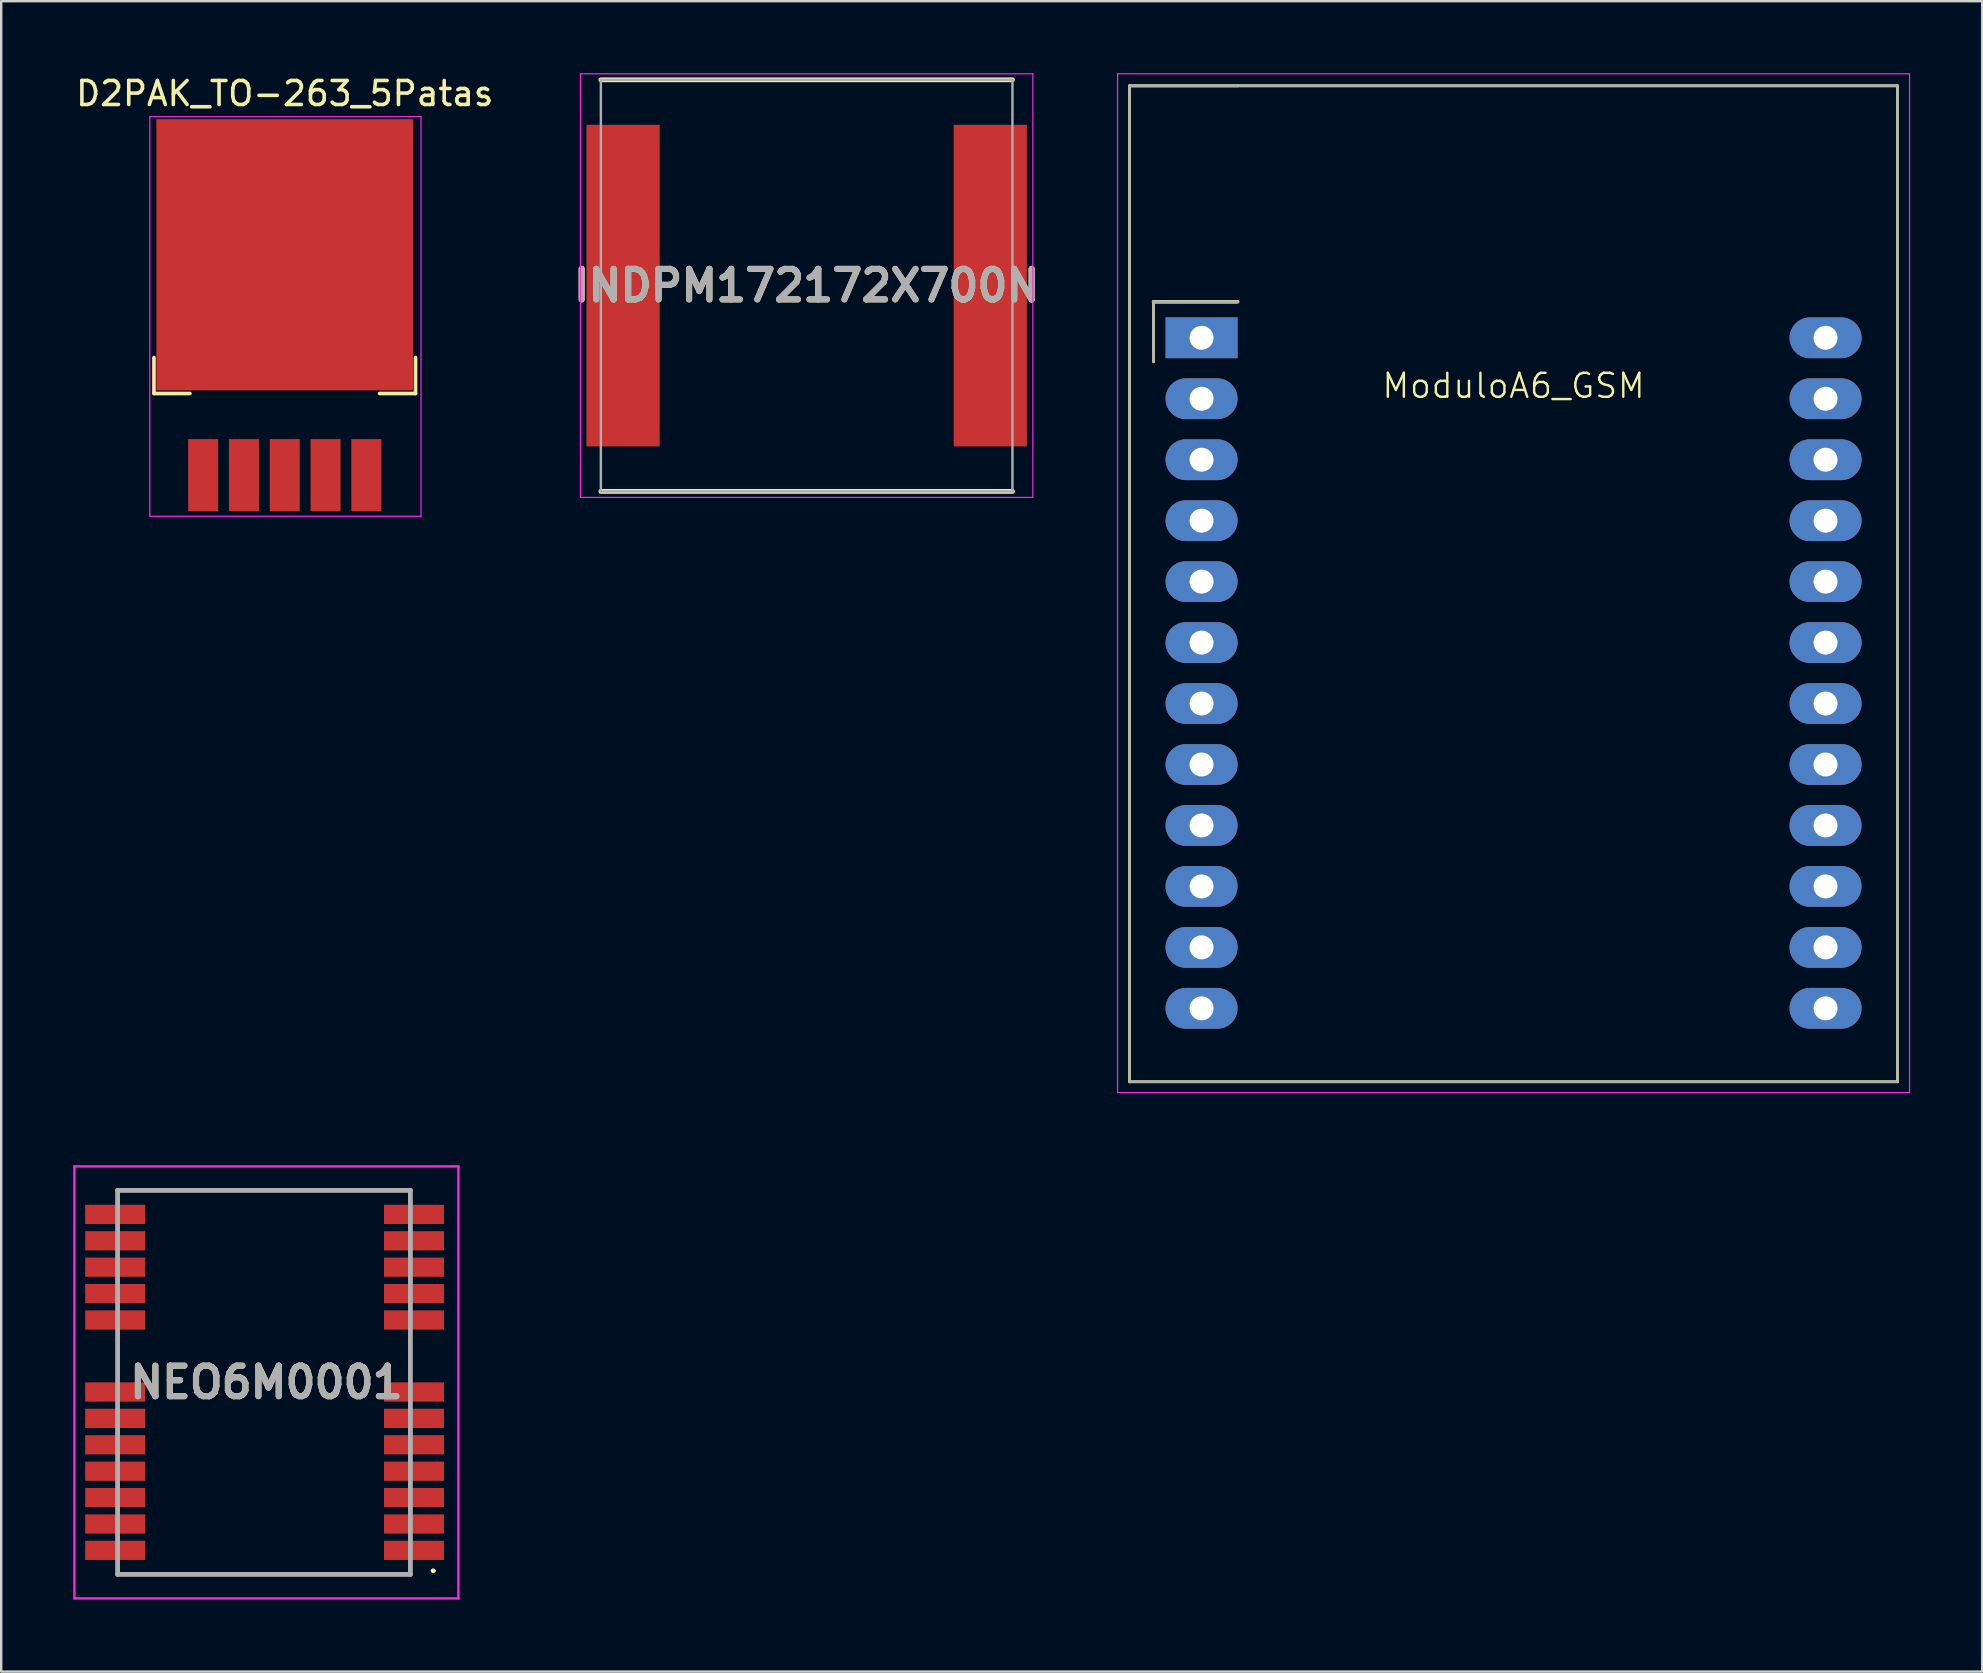
<source format=kicad_pcb>
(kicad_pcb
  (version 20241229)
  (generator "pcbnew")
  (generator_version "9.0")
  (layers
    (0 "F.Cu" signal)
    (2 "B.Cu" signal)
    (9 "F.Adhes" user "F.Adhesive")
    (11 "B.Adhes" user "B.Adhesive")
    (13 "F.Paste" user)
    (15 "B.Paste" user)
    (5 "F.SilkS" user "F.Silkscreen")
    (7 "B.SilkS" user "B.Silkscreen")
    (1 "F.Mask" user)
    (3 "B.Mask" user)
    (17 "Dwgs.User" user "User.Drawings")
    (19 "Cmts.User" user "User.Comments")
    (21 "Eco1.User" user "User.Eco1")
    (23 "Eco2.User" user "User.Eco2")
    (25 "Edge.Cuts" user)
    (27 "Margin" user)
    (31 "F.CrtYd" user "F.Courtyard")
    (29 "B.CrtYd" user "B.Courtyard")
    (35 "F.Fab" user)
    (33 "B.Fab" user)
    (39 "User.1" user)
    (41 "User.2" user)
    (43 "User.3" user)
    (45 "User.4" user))
  (footprint "NEO6M0001"
    (layer "F.Cu")
    (at 8.45 54.55)
    (property "Reference" "NEO6M0001" (at -0.4 0 0) (layer "F.SilkS") (effects (font (size 1.27 1.27) (thickness 0.254))))
    (attr smd)
    (fp_line (start -6.5 -8) (end 5 -8) (stroke (width 0.1) (type solid)) (layer "F.SilkS"))
    (fp_line (start -6.5 8) (end 5.6 8) (stroke (width 0.1) (type solid)) (layer "F.SilkS"))
    (fp_line (start 6.5 7.85) (end 6.5 7.85) (stroke (width 0.1) (type solid)) (layer "F.SilkS"))
    (fp_line (start 6.6 7.85) (end 6.6 7.85) (stroke (width 0.1) (type solid)) (layer "F.SilkS"))
    (fp_arc (start 6.5 7.85) (mid 6.55 7.8) (end 6.6 7.85) (stroke (width 0.1) (type solid)) (layer "F.SilkS"))
    (fp_arc (start 6.6 7.85) (mid 6.55 7.9) (end 6.5 7.85) (stroke (width 0.1) (type solid)) (layer "F.SilkS"))
    (fp_line (start -8.4 -9) (end 7.6 -9) (stroke (width 0.1) (type solid)) (layer "F.CrtYd"))
    (fp_line (start -8.4 9) (end -8.4 -9) (stroke (width 0.1) (type solid)) (layer "F.CrtYd"))
    (fp_line (start 7.6 -9) (end 7.6 9) (stroke (width 0.1) (type solid)) (layer "F.CrtYd"))
    (fp_line (start 7.6 9) (end -8.4 9) (stroke (width 0.1) (type solid)) (layer "F.CrtYd"))
    (fp_line (start -6.6 -8) (end 5.6 -8) (stroke (width 0.2) (type solid)) (layer "F.Fab"))
    (fp_line (start -6.6 8) (end -6.6 -8) (stroke (width 0.2) (type solid)) (layer "F.Fab"))
    (fp_line (start 5.6 -8) (end 5.6 8) (stroke (width 0.2) (type solid)) (layer "F.Fab"))
    (fp_line (start 5.6 8) (end -6.6 8) (stroke (width 0.2) (type solid)) (layer "F.Fab"))
    (fp_text user "${REFERENCE}" (at -0.4 0 0) (layer "F.Fab") (effects (font (size 1.27 1.27) (thickness 0.254))))
    (pad "1" smd rect (at 5.75 7 90) (size 0.8 2.5) (layers "F.Cu" "F.Mask" "F.Paste"))
    (pad "2" smd rect (at 5.75 5.9 90) (size 0.8 2.5) (layers "F.Cu" "F.Mask" "F.Paste"))
    (pad "3" smd rect (at 5.75 4.8 90) (size 0.8 2.5) (layers "F.Cu" "F.Mask" "F.Paste"))
    (pad "4" smd rect (at 5.75 3.7 90) (size 0.8 2.5) (layers "F.Cu" "F.Mask" "F.Paste"))
    (pad "5" smd rect (at 5.75 2.6 90) (size 0.8 2.5) (layers "F.Cu" "F.Mask" "F.Paste"))
    (pad "6" smd rect (at 5.75 1.5 90) (size 0.8 2.5) (layers "F.Cu" "F.Mask" "F.Paste"))
    (pad "7" smd rect (at 5.75 0.4 90) (size 0.8 2.5) (layers "F.Cu" "F.Mask" "F.Paste"))
    (pad "8" smd rect (at 5.75 -2.6 90) (size 0.8 2.5) (layers "F.Cu" "F.Mask" "F.Paste"))
    (pad "9" smd rect (at 5.75 -3.7 90) (size 0.8 2.5) (layers "F.Cu" "F.Mask" "F.Paste"))
    (pad "10" smd rect (at 5.75 -4.8 90) (size 0.8 2.5) (layers "F.Cu" "F.Mask" "F.Paste"))
    (pad "11" smd rect (at 5.75 -5.9 90) (size 0.8 2.5) (layers "F.Cu" "F.Mask" "F.Paste"))
    (pad "12" smd rect (at 5.75 -7 90) (size 0.8 2.5) (layers "F.Cu" "F.Mask" "F.Paste"))
    (pad "13" smd rect (at -6.7 -7 90) (size 0.8 2.5) (layers "F.Cu" "F.Mask" "F.Paste"))
    (pad "14" smd rect (at -6.7 -5.9 90) (size 0.8 2.5) (layers "F.Cu" "F.Mask" "F.Paste"))
    (pad "15" smd rect (at -6.7 -4.8 90) (size 0.8 2.5) (layers "F.Cu" "F.Mask" "F.Paste"))
    (pad "16" smd rect (at -6.7 -3.7 90) (size 0.8 2.5) (layers "F.Cu" "F.Mask" "F.Paste"))
    (pad "17" smd rect (at -6.7 -2.6 90) (size 0.8 2.5) (layers "F.Cu" "F.Mask" "F.Paste"))
    (pad "18" smd rect (at -6.7 0.4 90) (size 0.8 2.5) (layers "F.Cu" "F.Mask" "F.Paste"))
    (pad "19" smd rect (at -6.7 1.5 90) (size 0.8 2.5) (layers "F.Cu" "F.Mask" "F.Paste"))
    (pad "20" smd rect (at -6.7 2.6 90) (size 0.8 2.5) (layers "F.Cu" "F.Mask" "F.Paste"))
    (pad "21" smd rect (at -6.7 3.7 90) (size 0.8 2.5) (layers "F.Cu" "F.Mask" "F.Paste"))
    (pad "22" smd rect (at -6.7 4.8 90) (size 0.8 2.5) (layers "F.Cu" "F.Mask" "F.Paste"))
    (pad "23" smd rect (at -6.7 5.9 90) (size 0.8 2.5) (layers "F.Cu" "F.Mask" "F.Paste"))
    (pad "24" smd rect (at -6.7 7 90) (size 0.8 2.5) (layers "F.Cu" "F.Mask" "F.Paste")))
  (footprint "INDPM172172X700N"
    (layer "F.Cu")
    (at 30.561 8.85)
    (property "Reference" "INDPM172172X700N" (at 0 0 0) (layer "F.SilkS") (effects (font (size 1.27 1.27) (thickness 0.254))))
    (attr smd)
    (fp_line (start -8.575 8.575) (end 8.575 8.575) (stroke (width 0.2) (type solid)) (layer "F.SilkS"))
    (fp_line (start 8.575 -8.575) (end -8.575 -8.575) (stroke (width 0.2) (type solid)) (layer "F.SilkS"))
    (fp_line (start -9.425 -8.825) (end 9.425 -8.825) (stroke (width 0.05) (type solid)) (layer "F.CrtYd"))
    (fp_line (start -9.425 8.825) (end -9.425 -8.825) (stroke (width 0.05) (type solid)) (layer "F.CrtYd"))
    (fp_line (start 9.425 -8.825) (end 9.425 8.825) (stroke (width 0.05) (type solid)) (layer "F.CrtYd"))
    (fp_line (start 9.425 8.825) (end -9.425 8.825) (stroke (width 0.05) (type solid)) (layer "F.CrtYd"))
    (fp_line (start -8.575 -8.575) (end 8.575 -8.575) (stroke (width 0.1) (type solid)) (layer "F.Fab"))
    (fp_line (start -8.575 8.575) (end -8.575 -8.575) (stroke (width 0.1) (type solid)) (layer "F.Fab"))
    (fp_line (start 8.575 -8.575) (end 8.575 8.575) (stroke (width 0.1) (type solid)) (layer "F.Fab"))
    (fp_line (start 8.575 8.575) (end -8.575 8.575) (stroke (width 0.1) (type solid)) (layer "F.Fab"))
    (fp_text user "${REFERENCE}" (at 0 0 0) (layer "F.Fab") (effects (font (size 1.27 1.27) (thickness 0.254))))
    (pad "1" smd rect (at -7.65 0) (size 3.05 13.4) (layers "F.Cu" "F.Mask" "F.Paste"))
    (pad "2" smd rect (at 7.65 0) (size 3.05 13.4) (layers "F.Cu" "F.Mask" "F.Paste")))
  (footprint "D2PAK_TO-263_5Patas"
    (layer "F.Cu")
    (at 8.815 10.246)
    (property "Reference" "D2PAK_TO-263_5Patas" (at 0 -9.398 180) (layer "F.SilkS") (effects (font (size 1 1) (thickness 0.15))))
    (attr smd)
    (fp_line (start -5.45 3.1) (end -5.45 1.6) (stroke (width 0.15) (type solid)) (layer "F.SilkS"))
    (fp_line (start -5.45 3.1) (end -3.95 3.1) (stroke (width 0.15) (type solid)) (layer "F.SilkS"))
    (fp_line (start 5.45 3.1) (end 3.95 3.1) (stroke (width 0.15) (type solid)) (layer "F.SilkS"))
    (fp_line (start 5.45 3.1) (end 5.45 1.6) (stroke (width 0.15) (type solid)) (layer "F.SilkS"))
    (fp_line (start -5.623 -8.435) (end -5.623 8.215) (stroke (width 0.05) (type solid)) (layer "F.CrtYd"))
    (fp_line (start -5.623 -8.435) (end 5.677 -8.435) (stroke (width 0.05) (type solid)) (layer "F.CrtYd"))
    (fp_line (start -5.623 8.215) (end 5.677 8.215) (stroke (width 0.05) (type solid)) (layer "F.CrtYd"))
    (fp_line (start 5.677 -8.435) (end 5.677 8.215) (stroke (width 0.05) (type solid)) (layer "F.CrtYd"))
    (pad "1" smd rect (at -3.4 6.5) (size 1.25 3) (layers "F.Cu" "F.Mask" "F.Paste"))
    (pad "2" smd rect (at -1.7 6.5) (size 1.25 3) (layers "F.Cu" "F.Mask" "F.Paste"))
    (pad "3" smd rect (at 0 -2.68) (size 10.7 11.3) (layers "F.Cu" "F.Mask" "F.Paste"))
    (pad "3" smd rect (at 0 6.5) (size 1.25 3) (layers "F.Cu" "F.Mask" "F.Paste"))
    (pad "4" smd rect (at 1.7 6.5) (size 1.25 3) (layers "F.Cu" "F.Mask" "F.Paste"))
    (pad "5" smd rect (at 3.4 6.5) (size 1.25 3) (layers "F.Cu" "F.Mask" "F.Paste")))
  (footprint "ModuloA6_GSM"
    (layer "F.Cu")
    (at 60.016 25.025)
    (property "Reference" "ModuloA6_GSM" (at 0 -12 0) (layer "F.SilkS") (effects (font (size 1 1) (thickness 0.1))))
    (attr through_hole)
    (fp_line (start -16 -24.5) (end -16 17) (stroke (width 0.12) (type solid)) (layer "F.SilkS"))
    (fp_line (start -16 -24.5) (end -11.5 -24.5) (stroke (width 0.12) (type solid)) (layer "F.SilkS"))
    (fp_line (start -16 17) (end 16 17) (stroke (width 0.12) (type solid)) (layer "F.SilkS"))
    (fp_line (start -15 -15.5) (end -11.5 -15.5) (stroke (width 0.15) (type solid)) (layer "F.SilkS"))
    (fp_line (start -15 -13) (end -15 -15.5) (stroke (width 0.12) (type solid)) (layer "F.SilkS"))
    (fp_line (start -11.5 -24.5) (end 16 -24.5) (stroke (width 0.12) (type solid)) (layer "F.SilkS"))
    (fp_line (start 16 -24.5) (end 16 17) (stroke (width 0.12) (type solid)) (layer "F.SilkS"))
    (fp_line (start -16.5 -25) (end -16.5 17.45) (stroke (width 0.05) (type solid)) (layer "F.CrtYd"))
    (fp_line (start -16.5 17.45) (end 16.5 17.45) (stroke (width 0.05) (type solid)) (layer "F.CrtYd"))
    (fp_line (start 16.5 -25) (end -16.5 -25) (stroke (width 0.05) (type solid)) (layer "F.CrtYd"))
    (fp_line (start 16.5 17.45) (end 16.5 -25) (stroke (width 0.05) (type solid)) (layer "F.CrtYd"))
    (fp_line (start -16 -24.5) (end -11.5 -24.5) (stroke (width 0.12) (type solid)) (layer "F.Fab"))
    (fp_line (start -16 17) (end -16 -24.5) (stroke (width 0.1) (type solid)) (layer "F.Fab"))
    (fp_line (start -15 -15.5) (end -11.5 -15.5) (stroke (width 0.12) (type solid)) (layer "F.Fab"))
    (fp_line (start -15 -13) (end -15 -15.5) (stroke (width 0.1) (type solid)) (layer "F.Fab"))
    (fp_line (start -11.5 -24.5) (end 16 -24.5) (stroke (width 0.1) (type solid)) (layer "F.Fab"))
    (fp_line (start 16 -24.5) (end 16 17) (stroke (width 0.1) (type solid)) (layer "F.Fab"))
    (fp_line (start 16 17) (end -16 17) (stroke (width 0.1) (type solid)) (layer "F.Fab"))
    (pad "1" thru_hole rect (at -13 -14) (size 3 1.7) (drill 1) (layers "*.Cu" "*.Mask"))
    (pad "2" thru_hole oval (at -13 -11.46) (size 3 1.7) (drill 1) (layers "*.Cu" "*.Mask"))
    (pad "3" thru_hole oval (at -13 -8.92) (size 3 1.7) (drill 1) (layers "*.Cu" "*.Mask"))
    (pad "4" thru_hole oval (at -13 -6.38) (size 3 1.7) (drill 1) (layers "*.Cu" "*.Mask"))
    (pad "5" thru_hole oval (at -13 -3.84) (size 3 1.7) (drill 1) (layers "*.Cu" "*.Mask"))
    (pad "6" thru_hole oval (at -13 -1.3) (size 3 1.7) (drill 1) (layers "*.Cu" "*.Mask"))
    (pad "7" thru_hole oval (at -13 1.24) (size 3 1.7) (drill 1) (layers "*.Cu" "*.Mask"))
    (pad "8" thru_hole oval (at -13 3.78) (size 3 1.7) (drill 1) (layers "*.Cu" "*.Mask"))
    (pad "9" thru_hole oval (at -13 6.32) (size 3 1.7) (drill 1) (layers "*.Cu" "*.Mask"))
    (pad "10" thru_hole oval (at -13 8.86) (size 3 1.7) (drill 1) (layers "*.Cu" "*.Mask"))
    (pad "11" thru_hole oval (at -13 11.4) (size 3 1.7) (drill 1) (layers "*.Cu" "*.Mask"))
    (pad "12" thru_hole oval (at -13 13.94) (size 3 1.7) (drill 1) (layers "*.Cu" "*.Mask"))
    (pad "13" thru_hole oval (at 13 13.94) (size 3 1.7) (drill 1) (layers "*.Cu" "*.Mask"))
    (pad "14" thru_hole oval (at 13 11.4) (size 3 1.7) (drill 1) (layers "*.Cu" "*.Mask"))
    (pad "15" thru_hole oval (at 13 8.86) (size 3 1.7) (drill 1) (layers "*.Cu" "*.Mask"))
    (pad "16" thru_hole oval (at 13 6.32) (size 3 1.7) (drill 1) (layers "*.Cu" "*.Mask"))
    (pad "17" thru_hole oval (at 13 3.78) (size 3 1.7) (drill 1) (layers "*.Cu" "*.Mask"))
    (pad "18" thru_hole oval (at 13 1.24) (size 3 1.7) (drill 1) (layers "*.Cu" "*.Mask"))
    (pad "19" thru_hole oval (at 13 -1.3) (size 3 1.7) (drill 1) (layers "*.Cu" "*.Mask"))
    (pad "20" thru_hole oval (at 13 -3.84) (size 3 1.7) (drill 1) (layers "*.Cu" "*.Mask"))
    (pad "21" thru_hole oval (at 13 -6.38) (size 3 1.7) (drill 1) (layers "*.Cu" "*.Mask"))
    (pad "22" thru_hole oval (at 13 -8.92) (size 3 1.7) (drill 1) (layers "*.Cu" "*.Mask"))
    (pad "23" thru_hole oval (at 13 -11.46) (size 3 1.7) (drill 1) (layers "*.Cu" "*.Mask"))
    (pad "24" thru_hole oval (at 13 -14) (size 3 1.7) (drill 1) (layers "*.Cu" "*.Mask")))
  (gr_rect
    (start -3 -3)
    (end 79.541 66.6)
    (stroke (width 0.1) (type default))
    (fill no)
    (layer "Edge.Cuts")))
</source>
